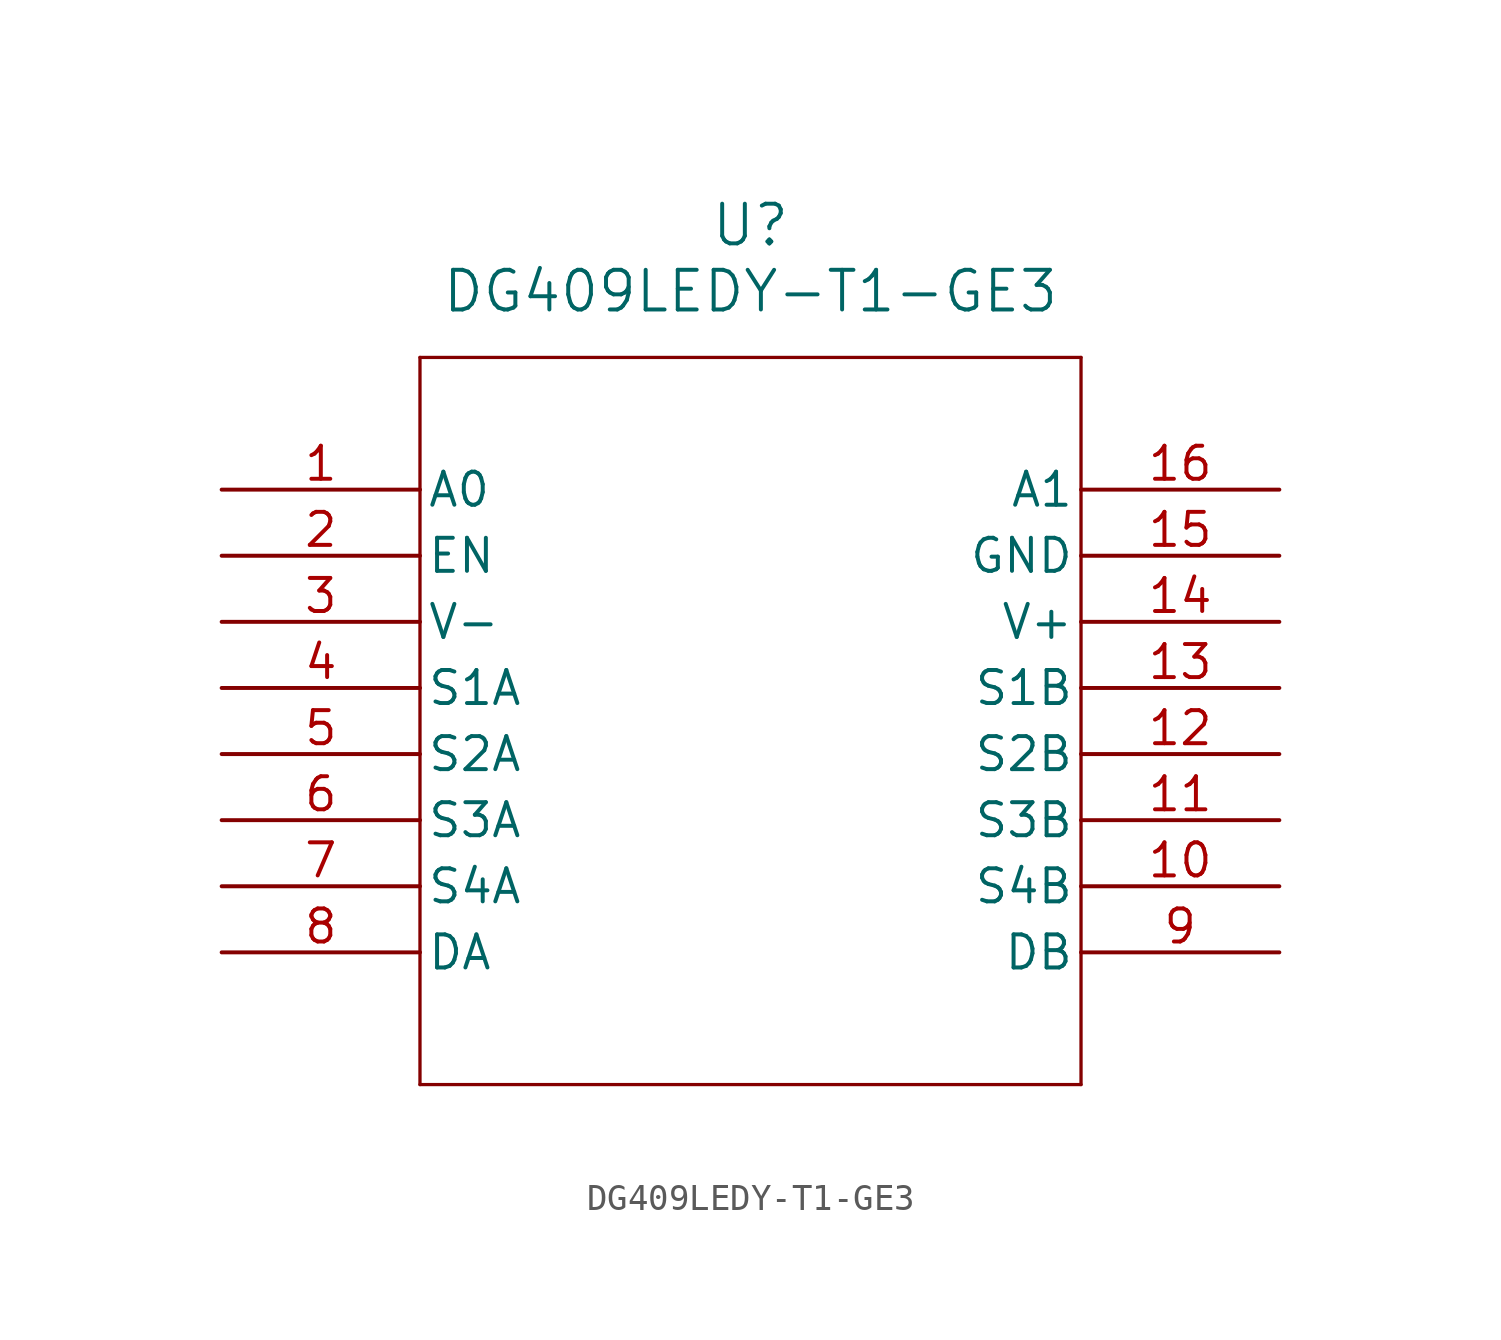
<source format=kicad_sym>
(kicad_symbol_lib
  (version 20211014)
  (generator kicad_symbol_editor)
  (symbol "DG409LEDY-T1-GE3"
    (pin_names
      (offset 0.254))
    (property "Reference" "U"
      (at 20.32 10.16 0)
      (effects (font (size 1.524 1.524))))
    (property "Value" "DG409LEDY-T1-GE3"
      (at 20.32 7.62 0)
      (effects (font (size 1.524 1.524))))
    (symbol "DG409LEDY-T1-GE3_0_1"
      (polyline (pts (xy 7.62 5.08) (xy 7.62 -22.86)) (stroke (width 0.127) (type default) (color 0 0 0 0)) (fill (type none)))
      (polyline (pts (xy 7.62 -22.86) (xy 33.02 -22.86)) (stroke (width 0.127) (type default) (color 0 0 0 0)) (fill (type none)))
      (polyline (pts (xy 33.02 -22.86) (xy 33.02 5.08)) (stroke (width 0.127) (type default) (color 0 0 0 0)) (fill (type none)))
      (polyline (pts (xy 33.02 5.08) (xy 7.62 5.08)) (stroke (width 0.127) (type default) (color 0 0 0 0)) (fill (type none)))
      (pin input line (at 0 0 0) (length 7.62) (name "A0" (effects (font (size 1.27 1.27)))) (number "1" (effects (font (size 1.27 1.27)))))
      (pin input line (at 0 -2.54 0) (length 7.62) (name "EN" (effects (font (size 1.27 1.27)))) (number "2" (effects (font (size 1.27 1.27)))))
      (pin power_in line (at 0 -5.08 0) (length 7.62) (name "V-" (effects (font (size 1.27 1.27)))) (number "3" (effects (font (size 1.27 1.27)))))
      (pin bidirectional line (at 0 -7.62 0) (length 7.62) (name "S1A" (effects (font (size 1.27 1.27)))) (number "4" (effects (font (size 1.27 1.27)))))
      (pin bidirectional line (at 0 -10.16 0) (length 7.62) (name "S2A" (effects (font (size 1.27 1.27)))) (number "5" (effects (font (size 1.27 1.27)))))
      (pin bidirectional line (at 0 -12.7 0) (length 7.62) (name "S3A" (effects (font (size 1.27 1.27)))) (number "6" (effects (font (size 1.27 1.27)))))
      (pin bidirectional line (at 0 -15.24 0) (length 7.62) (name "S4A" (effects (font (size 1.27 1.27)))) (number "7" (effects (font (size 1.27 1.27)))))
      (pin unspecified line (at 0 -17.78 0) (length 7.62) (name "DA" (effects (font (size 1.27 1.27)))) (number "8" (effects (font (size 1.27 1.27)))))
      (pin unspecified line (at 40.64 -17.78 180) (length 7.62) (name "DB" (effects (font (size 1.27 1.27)))) (number "9" (effects (font (size 1.27 1.27)))))
      (pin bidirectional line (at 40.64 -15.24 180) (length 7.62) (name "S4B" (effects (font (size 1.27 1.27)))) (number "10" (effects (font (size 1.27 1.27)))))
      (pin bidirectional line (at 40.64 -12.7 180) (length 7.62) (name "S3B" (effects (font (size 1.27 1.27)))) (number "11" (effects (font (size 1.27 1.27)))))
      (pin bidirectional line (at 40.64 -10.16 180) (length 7.62) (name "S2B" (effects (font (size 1.27 1.27)))) (number "12" (effects (font (size 1.27 1.27)))))
      (pin bidirectional line (at 40.64 -7.62 180) (length 7.62) (name "S1B" (effects (font (size 1.27 1.27)))) (number "13" (effects (font (size 1.27 1.27)))))
      (pin power_in line (at 40.64 -5.08 180) (length 7.62) (name "V+" (effects (font (size 1.27 1.27)))) (number "14" (effects (font (size 1.27 1.27)))))
      (pin power_out line (at 40.64 -2.54 180) (length 7.62) (name "GND" (effects (font (size 1.27 1.27)))) (number "15" (effects (font (size 1.27 1.27)))))
      (pin input line (at 40.64 0 180) (length 7.62) (name "A1" (effects (font (size 1.27 1.27)))) (number "16" (effects (font (size 1.27 1.27))))))))
</source>
